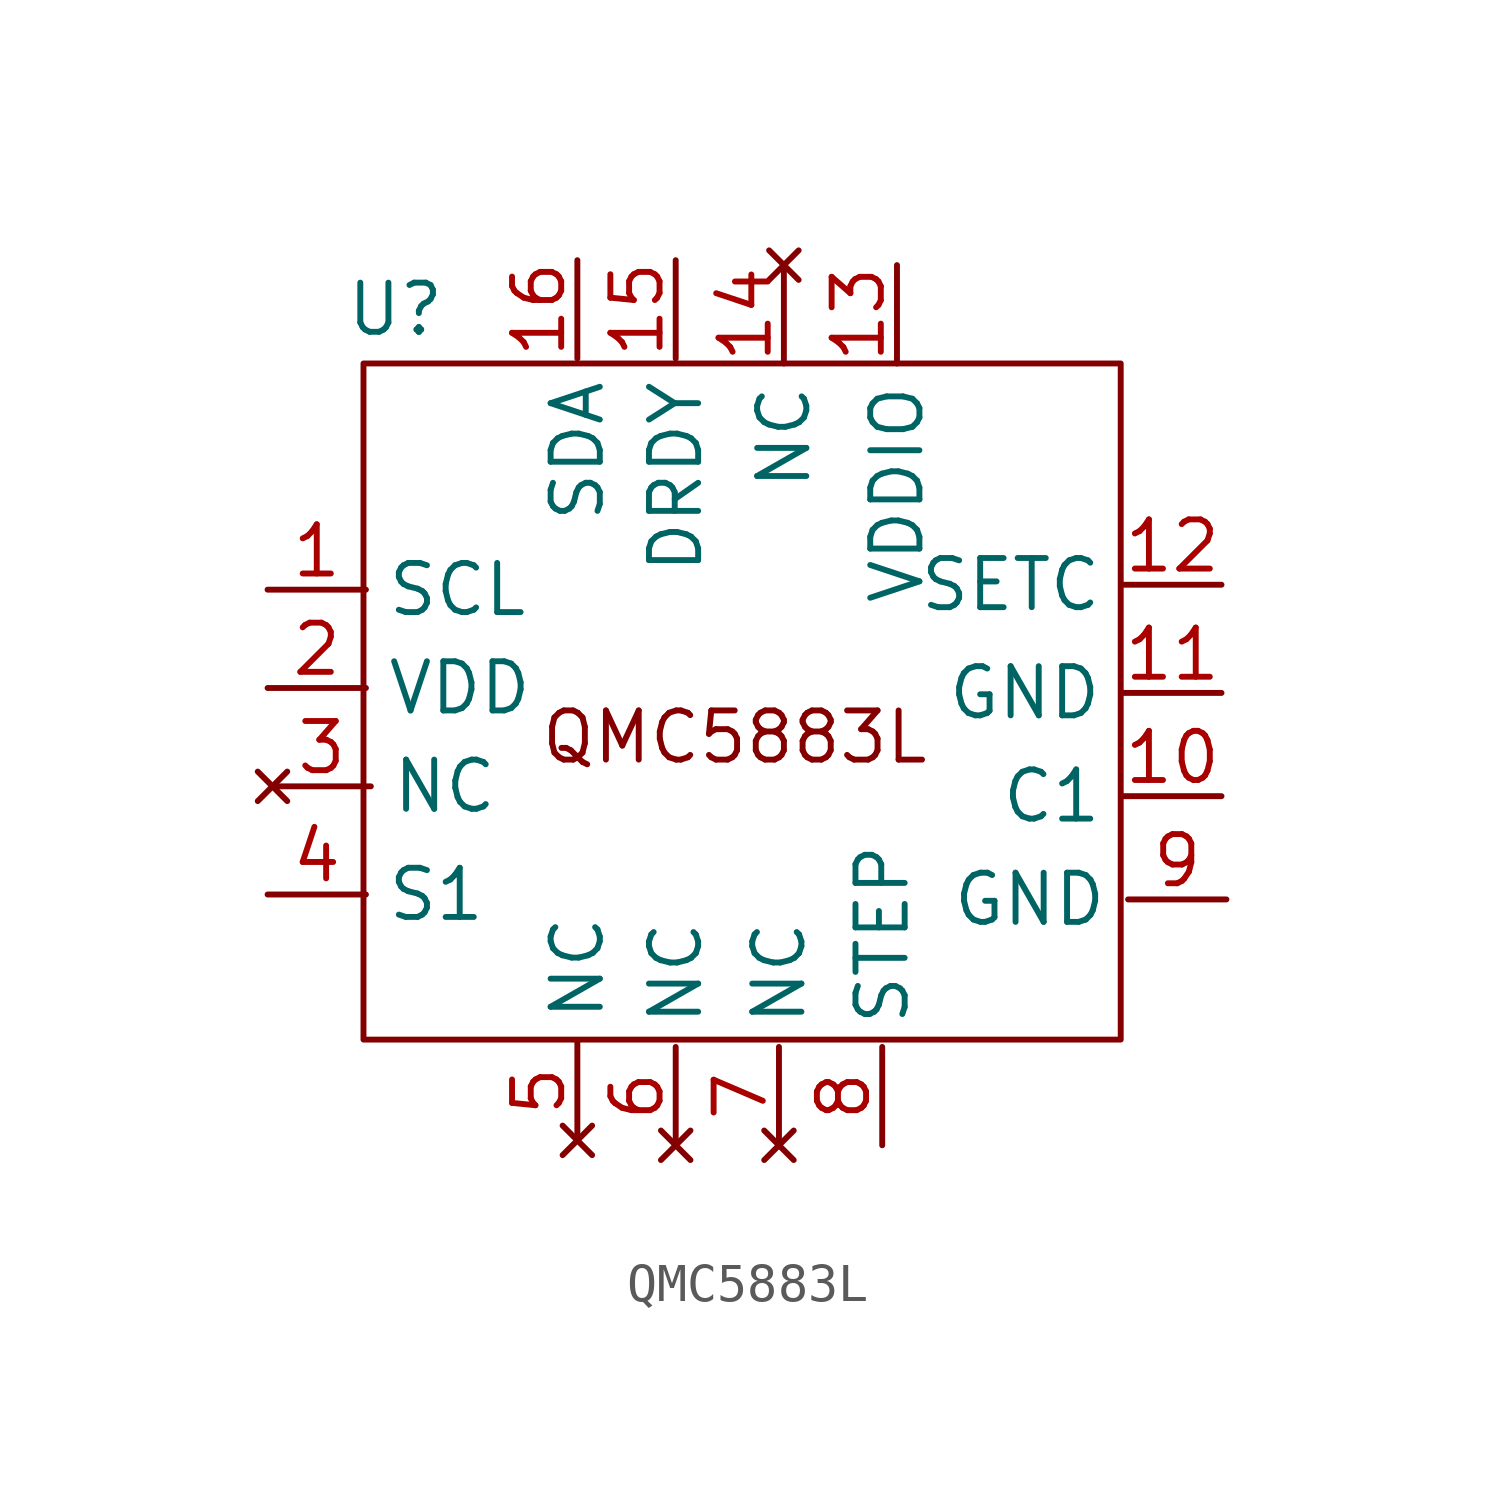
<source format=kicad_sym>
(kicad_symbol_lib
  (version 20220914)
  (generator kicad_symbol_editor)
  (symbol "QMC5883L"
    (property "Reference" "U"
      (at -8.763 11.049 0)
      (effects (font (size 1.27 1.27))))
    (property "Value" ""
      (at 0 0 0)
      (effects (font (size 1.27 1.27))))
    (symbol "QMC5883L_0_1"
      (rectangle (start -9.588 9.652) (end 9.97 -7.811) (stroke (width 0) (type default)) (fill (type none))))
    (symbol "QMC5883L_1_1"
      (text "QMC5883L" (at 0 0 0) (effects (font (size 1.27 1.27))))
      (pin input line (at -12.065 3.81 0) (length 2.54) (name "SCL" (effects (font (size 1.27 1.27)))) (number "1" (effects (font (size 1.27 1.27)))))
      (pin input line (at 12.573 -1.524 180) (length 2.54) (name "C1" (effects (font (size 1.27 1.27)))) (number "10" (effects (font (size 1.27 1.27)))))
      (pin power_in line (at 12.573 1.143 180) (length 2.54) (name "GND" (effects (font (size 1.27 1.27)))) (number "11" (effects (font (size 1.27 1.27)))))
      (pin input line (at 12.573 3.937 180) (length 2.54) (name "SETC" (effects (font (size 1.27 1.27)))) (number "12" (effects (font (size 1.27 1.27)))))
      (pin power_in line (at 4.191 12.192 270) (length 2.54) (name "VDDIO" (effects (font (size 1.27 1.27)))) (number "13" (effects (font (size 1.27 1.27)))))
      (pin no_connect line (at 1.27 12.192 270) (length 2.54) (name "NC" (effects (font (size 1.27 1.27)))) (number "14" (effects (font (size 1.27 1.27)))))
      (pin output line (at -1.524 12.319 270) (length 2.54) (name "DRDY" (effects (font (size 1.27 1.27)))) (number "15" (effects (font (size 1.27 1.27)))))
      (pin bidirectional line (at -4.064 12.319 270) (length 2.54) (name "SDA" (effects (font (size 1.27 1.27)))) (number "16" (effects (font (size 1.27 1.27)))))
      (pin power_in line (at -12.065 1.27 0) (length 2.54) (name "VDD" (effects (font (size 1.27 1.27)))) (number "2" (effects (font (size 1.27 1.27)))))
      (pin no_connect line (at -11.938 -1.27 0) (length 2.54) (name "NC" (effects (font (size 1.27 1.27)))) (number "3" (effects (font (size 1.27 1.27)))))
      (pin input line (at -12.065 -4.064 0) (length 2.54) (name "S1" (effects (font (size 1.27 1.27)))) (number "4" (effects (font (size 1.27 1.27)))))
      (pin no_connect line (at -4.064 -10.414 90) (length 2.54) (name "NC" (effects (font (size 1.27 1.27)))) (number "5" (effects (font (size 1.27 1.27)))))
      (pin no_connect line (at -1.524 -10.541 90) (length 2.54) (name "NC" (effects (font (size 1.27 1.27)))) (number "6" (effects (font (size 1.27 1.27)))))
      (pin no_connect line (at 1.143 -10.541 90) (length 2.54) (name "NC" (effects (font (size 1.27 1.27)))) (number "7" (effects (font (size 1.27 1.27)))))
      (pin input line (at 3.81 -10.541 90) (length 2.54) (name "STEP" (effects (font (size 1.27 1.27)))) (number "8" (effects (font (size 1.27 1.27)))))
      (pin power_in line (at 12.7 -4.191 180) (length 2.54) (name "GND" (effects (font (size 1.27 1.27)))) (number "9" (effects (font (size 1.27 1.27))))))))
</source>
